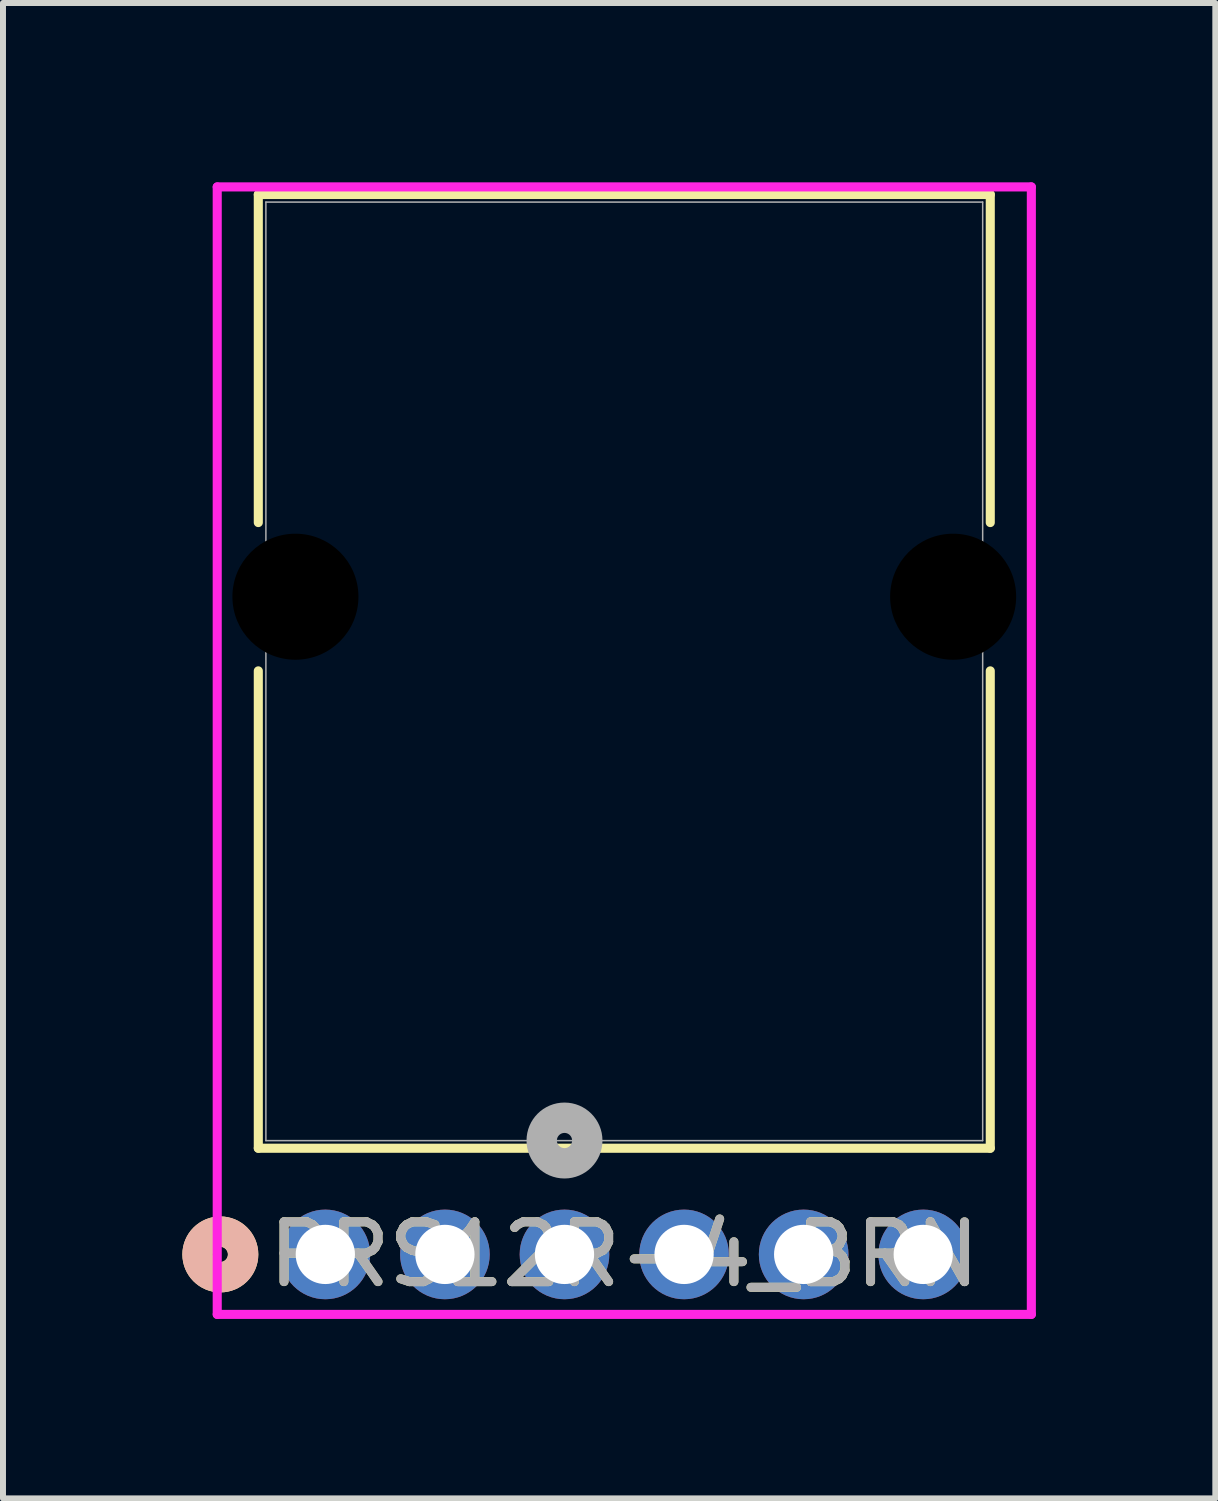
<source format=kicad_pcb>
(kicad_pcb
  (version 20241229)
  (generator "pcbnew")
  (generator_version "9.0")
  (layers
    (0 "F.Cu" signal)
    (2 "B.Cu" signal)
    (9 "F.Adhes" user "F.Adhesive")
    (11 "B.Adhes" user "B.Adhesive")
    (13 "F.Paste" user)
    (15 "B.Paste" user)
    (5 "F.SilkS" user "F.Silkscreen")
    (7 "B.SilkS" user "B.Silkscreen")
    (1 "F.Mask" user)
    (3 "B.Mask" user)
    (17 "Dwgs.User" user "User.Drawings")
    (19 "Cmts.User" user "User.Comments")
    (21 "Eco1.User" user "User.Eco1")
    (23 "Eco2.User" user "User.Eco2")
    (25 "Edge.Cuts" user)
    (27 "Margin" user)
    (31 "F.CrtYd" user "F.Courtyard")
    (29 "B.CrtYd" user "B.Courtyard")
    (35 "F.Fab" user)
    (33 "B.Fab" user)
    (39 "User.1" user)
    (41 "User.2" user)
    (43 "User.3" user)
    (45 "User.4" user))
  (footprint "PRS12R-4_BRN"
    (layer "F.Cu")
    (at 6.391 17.93)
    (property "Reference" "PRS12R-4_BRN" (at 1 0 0) (unlocked yes) (layer "F.SilkS") (effects (font (size 1 1) (thickness 0.15))))
    (attr through_hole)
    (fp_line (start -5.121 -17.727) (end -5.121 -12.24) (stroke (width 0.152) (type solid)) (layer "F.SilkS"))
    (fp_line (start -5.121 -9.76) (end -5.121 -1.776) (stroke (width 0.152) (type solid)) (layer "F.SilkS"))
    (fp_line (start -5.121 -1.776) (end 7.121 -1.776) (stroke (width 0.152) (type solid)) (layer "F.SilkS"))
    (fp_line (start 7.121 -17.727) (end -5.121 -17.727) (stroke (width 0.152) (type solid)) (layer "F.SilkS"))
    (fp_line (start 7.121 -12.24) (end 7.121 -17.727) (stroke (width 0.152) (type solid)) (layer "F.SilkS"))
    (fp_line (start 7.121 -1.776) (end 7.121 -9.76) (stroke (width 0.152) (type solid)) (layer "F.SilkS"))
    (fp_circle (center -5.756 0) (end -5.375 0) (stroke (width 0.508) (type solid)) (fill no) (layer "F.SilkS"))
    (fp_circle (center -5.756 0) (end -5.375 0) (stroke (width 0.508) (type solid)) (fill no) (layer "B.SilkS"))
    (fp_line (start -5.808 -17.854) (end -5.808 1.003) (stroke (width 0.152) (type solid)) (layer "F.CrtYd"))
    (fp_line (start -5.808 1.003) (end 7.808 1.003) (stroke (width 0.152) (type solid)) (layer "F.CrtYd"))
    (fp_line (start 7.808 -17.854) (end -5.808 -17.854) (stroke (width 0.152) (type solid)) (layer "F.CrtYd"))
    (fp_line (start 7.808 1.003) (end 7.808 -17.854) (stroke (width 0.152) (type solid)) (layer "F.CrtYd"))
    (fp_line (start -4.994 -17.6) (end -4.994 -1.903) (stroke (width 0.025) (type solid)) (layer "F.Fab"))
    (fp_line (start -4.994 -1.903) (end 6.994 -1.903) (stroke (width 0.025) (type solid)) (layer "F.Fab"))
    (fp_line (start 6.994 -17.6) (end -4.994 -17.6) (stroke (width 0.025) (type solid)) (layer "F.Fab"))
    (fp_line (start 6.994 -1.903) (end 6.994 -17.6) (stroke (width 0.025) (type solid)) (layer "F.Fab"))
    (fp_circle (center 0 -1.905) (end 0.381 -1.905) (stroke (width 0.508) (type solid)) (fill no) (layer "F.Fab"))
    (fp_text user "${REFERENCE}" (at 1 0 0) (unlocked yes) (layer "F.Fab") (effects (font (size 1 1) (thickness 0.15))))
    (pad "" np_thru_hole circle (at -4.5 -11) (size 2.108 2.108) (drill 2.108) (layers))
    (pad "" np_thru_hole circle (at 6.5 -11) (size 2.108 2.108) (drill 2.108) (layers))
    (pad "1" thru_hole circle (at 0 0) (size 1.499 1.499) (drill 0.991) (layers "*.Cu" "*.Mask"))
    (pad "2" thru_hole circle (at 2 0) (size 1.499 1.499) (drill 0.991) (layers "*.Cu" "*.Mask"))
    (pad "3" thru_hole circle (at 4 0) (size 1.499 1.499) (drill 0.991) (layers "*.Cu" "*.Mask"))
    (pad "4" thru_hole circle (at -2 0) (size 1.499 1.499) (drill 0.991) (layers "*.Cu" "*.Mask"))
    (pad "5" thru_hole circle (at -4 0) (size 1.499 1.499) (drill 0.991) (layers "*.Cu" "*.Mask"))
    (pad "6" thru_hole circle (at 6 0) (size 1.499 1.499) (drill 0.991) (layers "*.Cu" "*.Mask")))
  (gr_rect
    (start -3 -3)
    (end 17.276 22.01)
    (stroke (width 0.1) (type default))
    (fill no)
    (layer "Edge.Cuts")))
</source>
